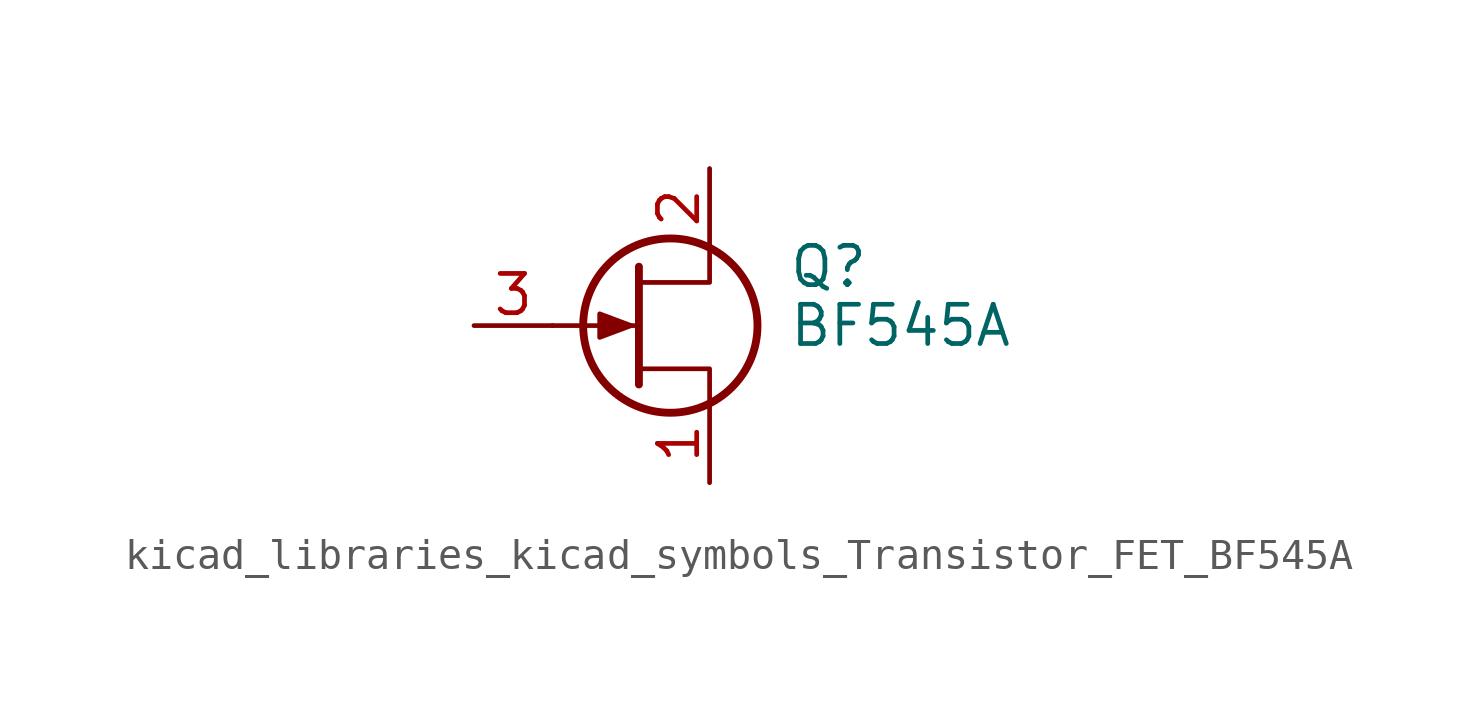
<source format=kicad_sym>
(kicad_symbol_lib
  (version 20220914)
  (generator kicad_symbol_editor)
  (symbol "kicad_libraries_kicad_symbols_Transistor_FET_BF545A"
    (pin_names hide)
    (property "Reference" "Q"
      (at 5.08 1.905 0)
      (effects (font (size 1.27 1.27)) (justify left)))
    (property "Value" "BF545A"
      (at 5.08 0 0)
      (effects (font (size 1.27 1.27)) (justify left)))
    (symbol "kicad_libraries_kicad_symbols_Transistor_FET_BF545A_0_1"
      (polyline (pts (xy 0.254 0) (xy -2.54 0)) (stroke (width 0) (type default)) (fill (type none)))
      (polyline (pts (xy 0.254 1.905) (xy 0.254 -1.905)) (stroke (width 0.254) (type default)) (fill (type none)))
      (polyline (pts (xy 2.54 -2.54) (xy 2.54 -1.397) (xy 0.254 -1.397)) (stroke (width 0) (type default)) (fill (type none)))
      (polyline (pts (xy 2.54 2.54) (xy 2.54 1.397) (xy 0.254 1.397)) (stroke (width 0) (type default)) (fill (type none)))
      (polyline (pts (xy 0 0) (xy -1.016 0.381) (xy -1.016 -0.381) (xy 0 0)) (stroke (width 0) (type default)) (fill (type outline)))
      (circle (center 1.27 0) (radius 2.819) (stroke (width 0.254) (type default)) (fill (type none))))
    (symbol "kicad_libraries_kicad_symbols_Transistor_FET_BF545A_1_1"
      (pin passive line (at 2.54 -5.08 90) (length 2.54) (name "S" (effects (font (size 1.27 1.27)))) (number "1" (effects (font (size 1.27 1.27)))))
      (pin passive line (at 2.54 5.08 270) (length 2.54) (name "D" (effects (font (size 1.27 1.27)))) (number "2" (effects (font (size 1.27 1.27)))))
      (pin input line (at -5.08 0 0) (length 2.54) (name "G" (effects (font (size 1.27 1.27)))) (number "3" (effects (font (size 1.27 1.27))))))))
</source>
